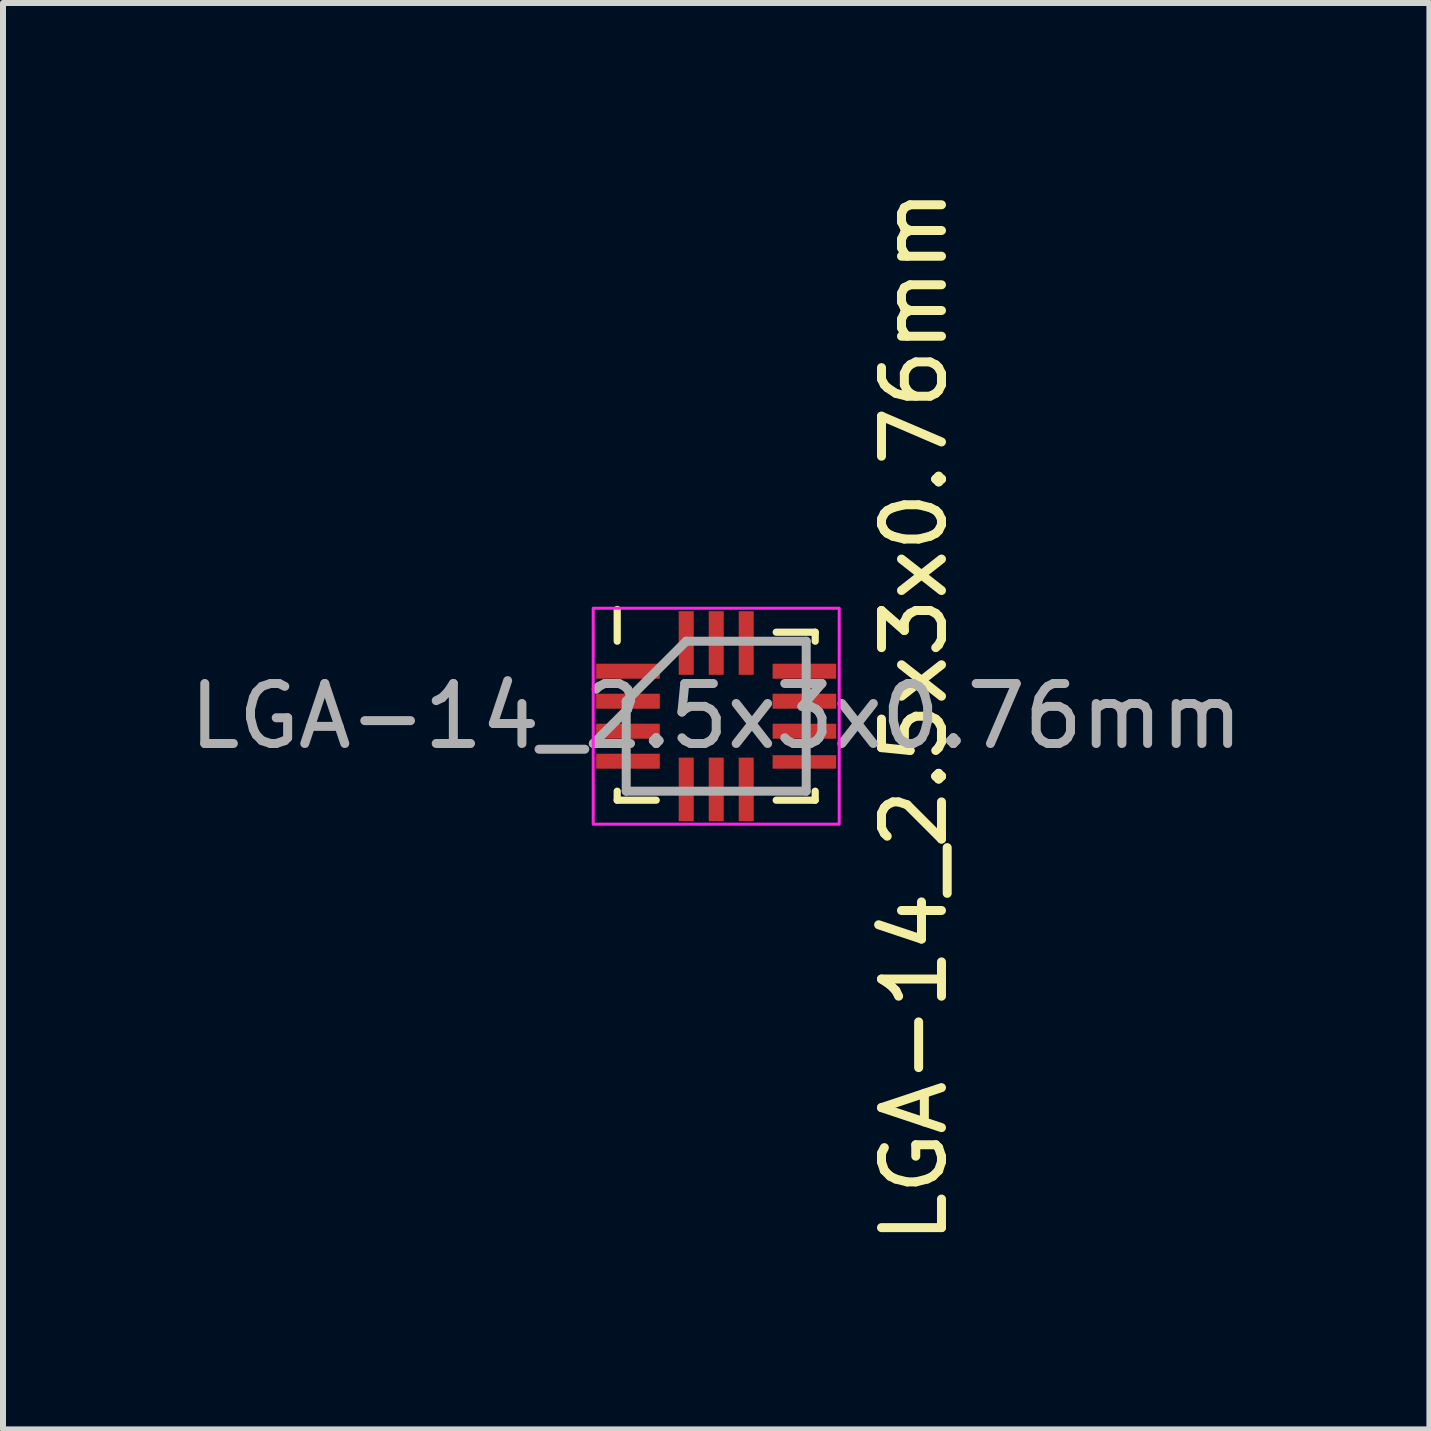
<source format=kicad_pcb>
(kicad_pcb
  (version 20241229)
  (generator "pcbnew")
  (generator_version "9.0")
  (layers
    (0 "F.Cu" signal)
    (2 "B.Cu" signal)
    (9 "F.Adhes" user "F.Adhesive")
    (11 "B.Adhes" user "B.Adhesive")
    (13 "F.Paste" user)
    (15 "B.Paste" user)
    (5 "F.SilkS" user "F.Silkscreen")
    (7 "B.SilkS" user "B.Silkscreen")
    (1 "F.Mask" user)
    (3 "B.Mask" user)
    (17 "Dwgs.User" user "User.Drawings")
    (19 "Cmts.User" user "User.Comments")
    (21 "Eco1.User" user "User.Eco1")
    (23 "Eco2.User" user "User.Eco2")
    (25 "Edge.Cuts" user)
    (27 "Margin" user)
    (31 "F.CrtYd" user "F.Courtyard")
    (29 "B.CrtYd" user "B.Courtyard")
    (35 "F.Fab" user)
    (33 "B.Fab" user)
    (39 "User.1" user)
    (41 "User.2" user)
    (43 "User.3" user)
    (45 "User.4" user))
  (footprint "LGA-14_2.5x3x0.76mm"
    (layer "F.Cu")
    (at 8.887 8.887)
    (property "Reference" "LGA-14_2.5x3x0.76mm" (at 3.3 0 270) (layer "F.SilkS") (effects (font (size 1 1) (thickness 0.15))))
    (attr smd)
    (fp_line (start -1.65 -1.25) (end -1.65 -1.78) (stroke (width 0.12) (type default)) (layer "F.SilkS"))
    (fp_line (start -1.65 1.25) (end -1.65 1.4) (stroke (width 0.12) (type default)) (layer "F.SilkS"))
    (fp_line (start -1.65 1.4) (end -1 1.4) (stroke (width 0.12) (type default)) (layer "F.SilkS"))
    (fp_line (start 1.65 -1.4) (end 1 -1.4) (stroke (width 0.12) (type default)) (layer "F.SilkS"))
    (fp_line (start 1.65 -1.25) (end 1.65 -1.4) (stroke (width 0.12) (type default)) (layer "F.SilkS"))
    (fp_line (start 1.65 1.25) (end 1.65 1.4) (stroke (width 0.12) (type default)) (layer "F.SilkS"))
    (fp_line (start 1.65 1.4) (end 1 1.4) (stroke (width 0.12) (type default)) (layer "F.SilkS"))
    (fp_rect (start -2.05 -1.8) (end 2.05 1.8) (stroke (width 0.05) (type default)) (fill no) (layer "F.CrtYd"))
    (fp_line (start -1.5 -0.25) (end -0.5 -1.25) (stroke (width 0.15) (type default)) (layer "F.Fab"))
    (fp_line (start -1.5 1.25) (end -1.5 -0.25) (stroke (width 0.15) (type default)) (layer "F.Fab"))
    (fp_line (start -1.5 1.25) (end 1.5 1.25) (stroke (width 0.15) (type default)) (layer "F.Fab"))
    (fp_line (start -0.5 -1.25) (end 1.5 -1.25) (stroke (width 0.15) (type default)) (layer "F.Fab"))
    (fp_line (start 1.5 -1.25) (end 1.5 1.25) (stroke (width 0.15) (type default)) (layer "F.Fab"))
    (fp_text user "${REFERENCE}" (at 0 0 0) (layer "F.Fab") (effects (font (size 1 1) (thickness 0.15))))
    (pad "1" smd rect (at -1.47 -0.75 270) (size 0.25 1.06) (layers "F.Cu" "F.Mask" "F.Paste"))
    (pad "2" smd rect (at -1.47 -0.25 270) (size 0.25 1.06) (layers "F.Cu" "F.Mask" "F.Paste"))
    (pad "3" smd rect (at -1.47 0.25 270) (size 0.25 1.06) (layers "F.Cu" "F.Mask" "F.Paste"))
    (pad "4" smd rect (at -1.47 0.75 270) (size 0.25 1.06) (layers "F.Cu" "F.Mask" "F.Paste"))
    (pad "5" smd rect (at -0.5 1.22) (size 0.25 1.06) (layers "F.Cu" "F.Mask" "F.Paste"))
    (pad "6" smd rect (at 0 1.22) (size 0.25 1.06) (layers "F.Cu" "F.Mask" "F.Paste"))
    (pad "7" smd rect (at 0.5 1.22) (size 0.25 1.06) (layers "F.Cu" "F.Mask" "F.Paste"))
    (pad "8" smd rect (at 1.47 0.762 270) (size 0.225 1.06) (layers "F.Cu" "F.Mask" "F.Paste"))
    (pad "9" smd rect (at 1.47 0.25 270) (size 0.25 1.06) (layers "F.Cu" "F.Mask" "F.Paste"))
    (pad "10" smd rect (at 1.47 -0.25 270) (size 0.25 1.06) (layers "F.Cu" "F.Mask" "F.Paste"))
    (pad "11" smd rect (at 1.47 -0.75 270) (size 0.25 1.06) (layers "F.Cu" "F.Mask" "F.Paste"))
    (pad "12" smd rect (at 0.5 -1.22) (size 0.25 1.06) (layers "F.Cu" "F.Mask" "F.Paste"))
    (pad "13" smd rect (at 0 -1.22) (size 0.25 1.06) (layers "F.Cu" "F.Mask" "F.Paste"))
    (pad "14" smd rect (at -0.5 -1.22) (size 0.25 1.06) (layers "F.Cu" "F.Mask" "F.Paste")))
  (gr_rect
    (start -3 -3)
    (end 20.774 20.774)
    (stroke (width 0.1) (type default))
    (fill no)
    (layer "Edge.Cuts")))
</source>
